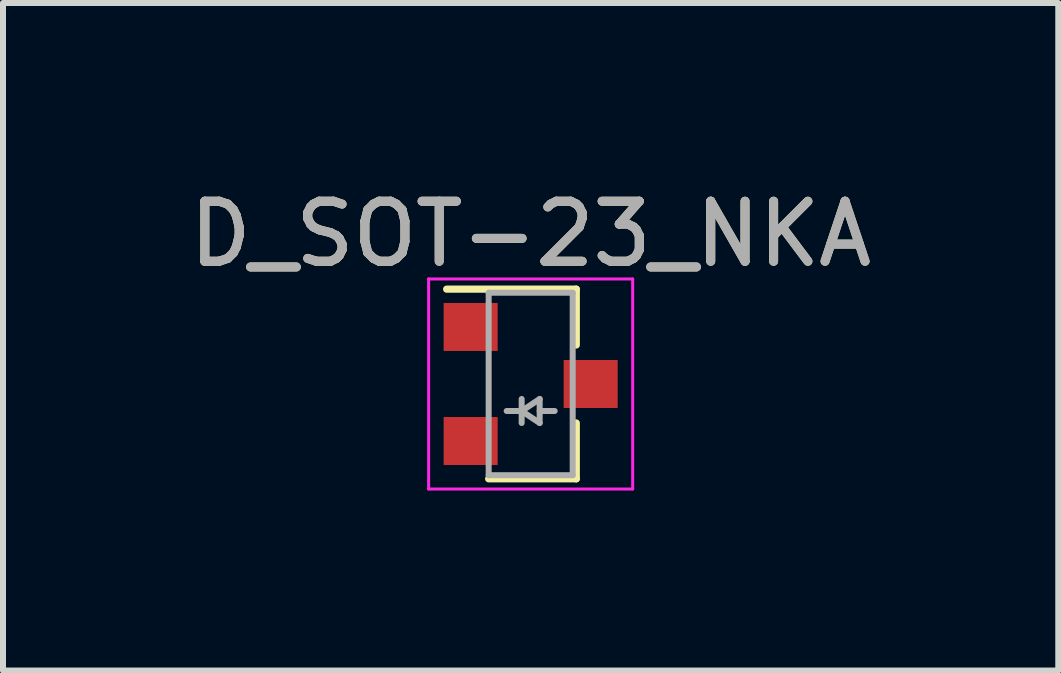
<source format=kicad_pcb>
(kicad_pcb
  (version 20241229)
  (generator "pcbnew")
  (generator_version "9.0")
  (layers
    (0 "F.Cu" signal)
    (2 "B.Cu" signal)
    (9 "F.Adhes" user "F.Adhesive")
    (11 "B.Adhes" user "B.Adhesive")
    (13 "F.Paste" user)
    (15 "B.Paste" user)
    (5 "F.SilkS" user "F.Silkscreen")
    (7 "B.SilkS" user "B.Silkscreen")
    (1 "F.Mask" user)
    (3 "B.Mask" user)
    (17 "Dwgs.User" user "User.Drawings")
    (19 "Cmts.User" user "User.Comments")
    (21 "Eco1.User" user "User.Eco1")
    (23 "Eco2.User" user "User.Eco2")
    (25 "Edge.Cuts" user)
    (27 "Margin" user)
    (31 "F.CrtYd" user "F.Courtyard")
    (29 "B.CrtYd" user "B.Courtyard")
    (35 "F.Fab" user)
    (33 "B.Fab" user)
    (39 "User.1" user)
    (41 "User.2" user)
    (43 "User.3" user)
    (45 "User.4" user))
  (footprint "D_SOT-23_NKA"
    (layer "F.Cu")
    (at 5.792 3.348)
    (property "Reference" "D_SOT-23_NKA" (at 0 -2.5 0) (layer "F.SilkS") (effects (font (size 1 1) (thickness 0.15))))
    (attr smd)
    (fp_line (start 0.76 -1.58) (end -1.4 -1.58) (stroke (width 0.12) (type solid)) (layer "F.SilkS"))
    (fp_line (start 0.76 -1.58) (end 0.76 -0.65) (stroke (width 0.12) (type solid)) (layer "F.SilkS"))
    (fp_line (start 0.76 1.58) (end -0.7 1.58) (stroke (width 0.12) (type solid)) (layer "F.SilkS"))
    (fp_line (start 0.76 1.58) (end 0.76 0.65) (stroke (width 0.12) (type solid)) (layer "F.SilkS"))
    (fp_line (start -1.7 -1.75) (end 1.7 -1.75) (stroke (width 0.05) (type solid)) (layer "F.CrtYd"))
    (fp_line (start -1.7 1.75) (end -1.7 -1.75) (stroke (width 0.05) (type solid)) (layer "F.CrtYd"))
    (fp_line (start 1.7 -1.75) (end 1.7 1.75) (stroke (width 0.05) (type solid)) (layer "F.CrtYd"))
    (fp_line (start 1.7 1.75) (end -1.7 1.75) (stroke (width 0.05) (type solid)) (layer "F.CrtYd"))
    (fp_line (start -0.7 -1.52) (end -0.7 1.52) (stroke (width 0.1) (type solid)) (layer "F.Fab"))
    (fp_line (start -0.7 -1.52) (end 0.7 -1.52) (stroke (width 0.1) (type solid)) (layer "F.Fab"))
    (fp_line (start -0.7 1.52) (end 0.7 1.52) (stroke (width 0.1) (type solid)) (layer "F.Fab"))
    (fp_line (start -0.15 0.45) (end -0.4 0.45) (stroke (width 0.1) (type solid)) (layer "F.Fab"))
    (fp_line (start -0.15 0.45) (end 0.15 0.65) (stroke (width 0.1) (type solid)) (layer "F.Fab"))
    (fp_line (start -0.15 0.65) (end -0.15 0.25) (stroke (width 0.1) (type solid)) (layer "F.Fab"))
    (fp_line (start 0.15 0.25) (end -0.15 0.45) (stroke (width 0.1) (type solid)) (layer "F.Fab"))
    (fp_line (start 0.15 0.45) (end 0.4 0.45) (stroke (width 0.1) (type solid)) (layer "F.Fab"))
    (fp_line (start 0.15 0.65) (end 0.15 0.25) (stroke (width 0.1) (type solid)) (layer "F.Fab"))
    (fp_line (start 0.7 -1.52) (end 0.7 1.52) (stroke (width 0.1) (type solid)) (layer "F.Fab"))
    (fp_text user "${REFERENCE}" (at 0 -2.5 0) (layer "F.Fab") (effects (font (size 1 1) (thickness 0.15))))
    (pad "" smd rect (at -1 -0.95) (size 0.9 0.8) (layers "F.Cu" "F.Mask" "F.Paste"))
    (pad "1" smd rect (at -1 0.95) (size 0.9 0.8) (layers "F.Cu" "F.Mask" "F.Paste"))
    (pad "2" smd rect (at 1 0) (size 0.9 0.8) (layers "F.Cu" "F.Mask" "F.Paste")))
  (gr_rect
    (start -3 -3)
    (end 14.583 8.123)
    (stroke (width 0.1) (type default))
    (fill no)
    (layer "Edge.Cuts")))
</source>
